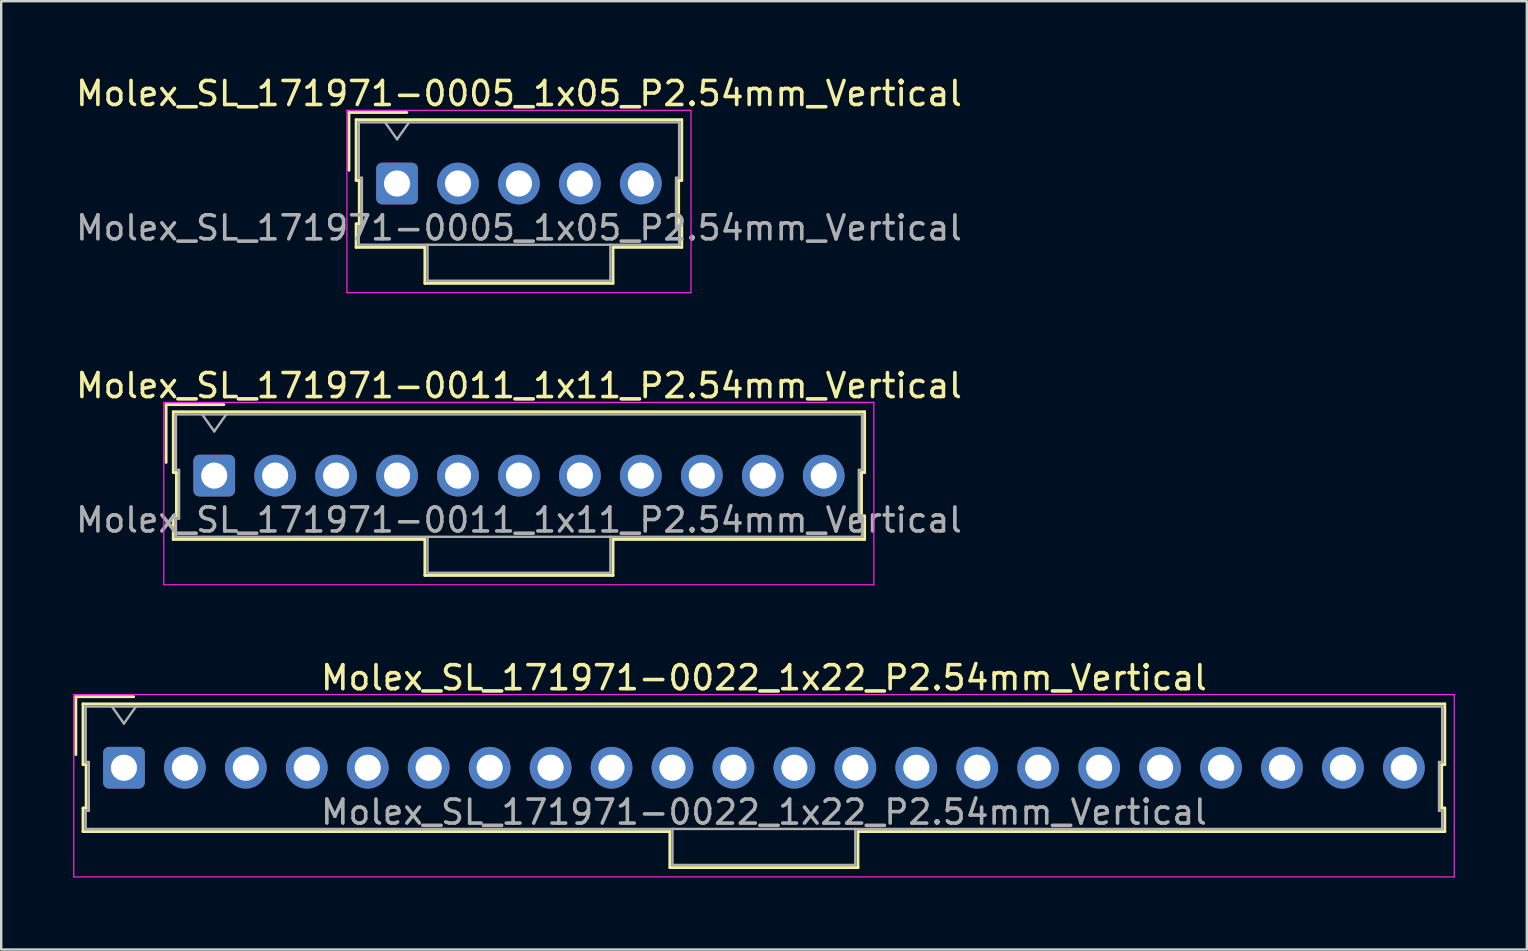
<source format=kicad_pcb>
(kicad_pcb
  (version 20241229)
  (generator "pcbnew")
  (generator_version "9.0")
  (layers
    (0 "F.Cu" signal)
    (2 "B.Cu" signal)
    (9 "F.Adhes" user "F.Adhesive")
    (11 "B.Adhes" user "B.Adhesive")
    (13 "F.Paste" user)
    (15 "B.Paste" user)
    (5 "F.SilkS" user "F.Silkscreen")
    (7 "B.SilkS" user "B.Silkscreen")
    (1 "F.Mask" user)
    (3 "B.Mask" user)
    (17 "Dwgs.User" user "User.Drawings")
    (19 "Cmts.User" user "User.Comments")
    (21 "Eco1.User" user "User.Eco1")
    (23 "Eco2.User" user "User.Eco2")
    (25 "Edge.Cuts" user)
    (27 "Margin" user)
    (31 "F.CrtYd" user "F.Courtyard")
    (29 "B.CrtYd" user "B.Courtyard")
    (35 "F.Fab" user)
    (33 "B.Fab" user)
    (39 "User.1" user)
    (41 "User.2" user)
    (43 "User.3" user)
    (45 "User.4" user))
  (footprint "Molex_SL_171971-0011_1x11_P2.54mm_Vertical"
    (layer "F.Cu")
    (at 5.877 16.771)
    (property "Reference" "Molex_SL_171971-0011_1x11_P2.54mm_Vertical" (at 12.7 -3.75 0) (layer "F.SilkS") (effects (font (size 1 1) (thickness 0.15))))
    (attr through_hole)
    (fp_line (start -2.005 -2.96) (end 0.405 -2.96) (stroke (width 0.12) (type solid)) (layer "F.SilkS"))
    (fp_line (start -2.005 -0.55) (end -2.005 -2.96) (stroke (width 0.12) (type solid)) (layer "F.SilkS"))
    (fp_line (start -1.705 -2.66) (end -1.705 -0.13) (stroke (width 0.12) (type solid)) (layer "F.SilkS"))
    (fp_line (start -1.705 -0.13) (end -1.575 -0.13) (stroke (width 0.12) (type solid)) (layer "F.SilkS"))
    (fp_line (start -1.705 1.68) (end -1.705 2.66) (stroke (width 0.12) (type solid)) (layer "F.SilkS"))
    (fp_line (start -1.705 2.66) (end 8.78 2.66) (stroke (width 0.12) (type solid)) (layer "F.SilkS"))
    (fp_line (start -1.575 -0.13) (end -1.575 1.68) (stroke (width 0.12) (type solid)) (layer "F.SilkS"))
    (fp_line (start -1.575 1.68) (end -1.705 1.68) (stroke (width 0.12) (type solid)) (layer "F.SilkS"))
    (fp_line (start 8.78 2.66) (end 8.78 4.16) (stroke (width 0.12) (type solid)) (layer "F.SilkS"))
    (fp_line (start 8.78 4.16) (end 16.62 4.16) (stroke (width 0.12) (type solid)) (layer "F.SilkS"))
    (fp_line (start 16.62 2.66) (end 27.105 2.66) (stroke (width 0.12) (type solid)) (layer "F.SilkS"))
    (fp_line (start 16.62 4.16) (end 16.62 2.66) (stroke (width 0.12) (type solid)) (layer "F.SilkS"))
    (fp_line (start 26.975 -0.13) (end 27.105 -0.13) (stroke (width 0.12) (type solid)) (layer "F.SilkS"))
    (fp_line (start 26.975 1.68) (end 26.975 -0.13) (stroke (width 0.12) (type solid)) (layer "F.SilkS"))
    (fp_line (start 27.105 -2.66) (end -1.705 -2.66) (stroke (width 0.12) (type solid)) (layer "F.SilkS"))
    (fp_line (start 27.105 -0.13) (end 27.105 -2.66) (stroke (width 0.12) (type solid)) (layer "F.SilkS"))
    (fp_line (start 27.105 1.68) (end 26.975 1.68) (stroke (width 0.12) (type solid)) (layer "F.SilkS"))
    (fp_line (start 27.105 2.66) (end 27.105 1.68) (stroke (width 0.12) (type solid)) (layer "F.SilkS"))
    (fp_line (start -2.1 -3.05) (end -2.1 4.55) (stroke (width 0.05) (type solid)) (layer "F.CrtYd"))
    (fp_line (start -2.1 4.55) (end 27.49 4.55) (stroke (width 0.05) (type solid)) (layer "F.CrtYd"))
    (fp_line (start 27.49 -3.05) (end -2.1 -3.05) (stroke (width 0.05) (type solid)) (layer "F.CrtYd"))
    (fp_line (start 27.49 4.55) (end 27.49 -3.05) (stroke (width 0.05) (type solid)) (layer "F.CrtYd"))
    (fp_line (start -1.595 -2.55) (end -1.595 -0.24) (stroke (width 0.1) (type solid)) (layer "F.Fab"))
    (fp_line (start -1.595 -0.24) (end -1.465 -0.24) (stroke (width 0.1) (type solid)) (layer "F.Fab"))
    (fp_line (start -1.595 1.79) (end -1.595 2.55) (stroke (width 0.1) (type solid)) (layer "F.Fab"))
    (fp_line (start -1.595 2.55) (end 26.995 2.55) (stroke (width 0.1) (type solid)) (layer "F.Fab"))
    (fp_line (start -1.465 -0.24) (end -1.465 1.79) (stroke (width 0.1) (type solid)) (layer "F.Fab"))
    (fp_line (start -1.465 1.79) (end -1.595 1.79) (stroke (width 0.1) (type solid)) (layer "F.Fab"))
    (fp_line (start 0 -1.843) (end -0.5 -2.55) (stroke (width 0.1) (type solid)) (layer "F.Fab"))
    (fp_line (start 0.5 -2.55) (end 0 -1.843) (stroke (width 0.1) (type solid)) (layer "F.Fab"))
    (fp_line (start 8.89 2.55) (end 8.89 4.05) (stroke (width 0.1) (type solid)) (layer "F.Fab"))
    (fp_line (start 8.89 4.05) (end 16.51 4.05) (stroke (width 0.1) (type solid)) (layer "F.Fab"))
    (fp_line (start 16.51 4.05) (end 16.51 2.55) (stroke (width 0.1) (type solid)) (layer "F.Fab"))
    (fp_line (start 26.865 -0.24) (end 26.995 -0.24) (stroke (width 0.1) (type solid)) (layer "F.Fab"))
    (fp_line (start 26.865 1.79) (end 26.865 -0.24) (stroke (width 0.1) (type solid)) (layer "F.Fab"))
    (fp_line (start 26.995 -2.55) (end -1.595 -2.55) (stroke (width 0.1) (type solid)) (layer "F.Fab"))
    (fp_line (start 26.995 -0.24) (end 26.995 -2.55) (stroke (width 0.1) (type solid)) (layer "F.Fab"))
    (fp_line (start 26.995 1.79) (end 26.865 1.79) (stroke (width 0.1) (type solid)) (layer "F.Fab"))
    (fp_line (start 26.995 2.55) (end 26.995 1.79) (stroke (width 0.1) (type solid)) (layer "F.Fab"))
    (fp_text user "${REFERENCE}" (at 12.7 1.85 0) (layer "F.Fab") (effects (font (size 1 1) (thickness 0.15))))
    (pad "1" thru_hole roundrect (at 0 0) (size 1.74 1.74) (drill 1.09) (layers "*.Cu" "*.Mask") (roundrect_rratio 0.144))
    (pad "2" thru_hole circle (at 2.54 0) (size 1.74 1.74) (drill 1.09) (layers "*.Cu" "*.Mask"))
    (pad "3" thru_hole circle (at 5.08 0) (size 1.74 1.74) (drill 1.09) (layers "*.Cu" "*.Mask"))
    (pad "4" thru_hole circle (at 7.62 0) (size 1.74 1.74) (drill 1.09) (layers "*.Cu" "*.Mask"))
    (pad "5" thru_hole circle (at 10.16 0) (size 1.74 1.74) (drill 1.09) (layers "*.Cu" "*.Mask"))
    (pad "6" thru_hole circle (at 12.7 0) (size 1.74 1.74) (drill 1.09) (layers "*.Cu" "*.Mask"))
    (pad "7" thru_hole circle (at 15.24 0) (size 1.74 1.74) (drill 1.09) (layers "*.Cu" "*.Mask"))
    (pad "8" thru_hole circle (at 17.78 0) (size 1.74 1.74) (drill 1.09) (layers "*.Cu" "*.Mask"))
    (pad "9" thru_hole circle (at 20.32 0) (size 1.74 1.74) (drill 1.09) (layers "*.Cu" "*.Mask"))
    (pad "10" thru_hole circle (at 22.86 0) (size 1.74 1.74) (drill 1.09) (layers "*.Cu" "*.Mask"))
    (pad "11" thru_hole circle (at 25.4 0) (size 1.74 1.74) (drill 1.09) (layers "*.Cu" "*.Mask")))
  (footprint "Molex_SL_171971-0005_1x05_P2.54mm_Vertical"
    (layer "F.Cu")
    (at 13.497 4.598)
    (property "Reference" "Molex_SL_171971-0005_1x05_P2.54mm_Vertical" (at 5.08 -3.75 0) (layer "F.SilkS") (effects (font (size 1 1) (thickness 0.15))))
    (attr through_hole)
    (fp_line (start -2.005 -2.96) (end 0.405 -2.96) (stroke (width 0.12) (type solid)) (layer "F.SilkS"))
    (fp_line (start -2.005 -0.55) (end -2.005 -2.96) (stroke (width 0.12) (type solid)) (layer "F.SilkS"))
    (fp_line (start -1.705 -2.66) (end -1.705 -0.13) (stroke (width 0.12) (type solid)) (layer "F.SilkS"))
    (fp_line (start -1.705 -0.13) (end -1.575 -0.13) (stroke (width 0.12) (type solid)) (layer "F.SilkS"))
    (fp_line (start -1.705 1.68) (end -1.705 2.66) (stroke (width 0.12) (type solid)) (layer "F.SilkS"))
    (fp_line (start -1.705 2.66) (end 1.16 2.66) (stroke (width 0.12) (type solid)) (layer "F.SilkS"))
    (fp_line (start -1.575 -0.13) (end -1.575 1.68) (stroke (width 0.12) (type solid)) (layer "F.SilkS"))
    (fp_line (start -1.575 1.68) (end -1.705 1.68) (stroke (width 0.12) (type solid)) (layer "F.SilkS"))
    (fp_line (start 1.16 2.66) (end 1.16 4.16) (stroke (width 0.12) (type solid)) (layer "F.SilkS"))
    (fp_line (start 1.16 4.16) (end 9 4.16) (stroke (width 0.12) (type solid)) (layer "F.SilkS"))
    (fp_line (start 9 2.66) (end 11.865 2.66) (stroke (width 0.12) (type solid)) (layer "F.SilkS"))
    (fp_line (start 9 4.16) (end 9 2.66) (stroke (width 0.12) (type solid)) (layer "F.SilkS"))
    (fp_line (start 11.735 -0.13) (end 11.865 -0.13) (stroke (width 0.12) (type solid)) (layer "F.SilkS"))
    (fp_line (start 11.735 1.68) (end 11.735 -0.13) (stroke (width 0.12) (type solid)) (layer "F.SilkS"))
    (fp_line (start 11.865 -2.66) (end -1.705 -2.66) (stroke (width 0.12) (type solid)) (layer "F.SilkS"))
    (fp_line (start 11.865 -0.13) (end 11.865 -2.66) (stroke (width 0.12) (type solid)) (layer "F.SilkS"))
    (fp_line (start 11.865 1.68) (end 11.735 1.68) (stroke (width 0.12) (type solid)) (layer "F.SilkS"))
    (fp_line (start 11.865 2.66) (end 11.865 1.68) (stroke (width 0.12) (type solid)) (layer "F.SilkS"))
    (fp_line (start -2.09 -3.05) (end -2.09 4.55) (stroke (width 0.05) (type solid)) (layer "F.CrtYd"))
    (fp_line (start -2.09 4.55) (end 12.25 4.55) (stroke (width 0.05) (type solid)) (layer "F.CrtYd"))
    (fp_line (start 12.25 -3.05) (end -2.09 -3.05) (stroke (width 0.05) (type solid)) (layer "F.CrtYd"))
    (fp_line (start 12.25 4.55) (end 12.25 -3.05) (stroke (width 0.05) (type solid)) (layer "F.CrtYd"))
    (fp_line (start -1.595 -2.55) (end -1.595 -0.24) (stroke (width 0.1) (type solid)) (layer "F.Fab"))
    (fp_line (start -1.595 -0.24) (end -1.465 -0.24) (stroke (width 0.1) (type solid)) (layer "F.Fab"))
    (fp_line (start -1.595 1.79) (end -1.595 2.55) (stroke (width 0.1) (type solid)) (layer "F.Fab"))
    (fp_line (start -1.595 2.55) (end 11.755 2.55) (stroke (width 0.1) (type solid)) (layer "F.Fab"))
    (fp_line (start -1.465 -0.24) (end -1.465 1.79) (stroke (width 0.1) (type solid)) (layer "F.Fab"))
    (fp_line (start -1.465 1.79) (end -1.595 1.79) (stroke (width 0.1) (type solid)) (layer "F.Fab"))
    (fp_line (start 0 -1.843) (end -0.5 -2.55) (stroke (width 0.1) (type solid)) (layer "F.Fab"))
    (fp_line (start 0.5 -2.55) (end 0 -1.843) (stroke (width 0.1) (type solid)) (layer "F.Fab"))
    (fp_line (start 1.27 2.55) (end 1.27 4.05) (stroke (width 0.1) (type solid)) (layer "F.Fab"))
    (fp_line (start 1.27 4.05) (end 8.89 4.05) (stroke (width 0.1) (type solid)) (layer "F.Fab"))
    (fp_line (start 8.89 4.05) (end 8.89 2.55) (stroke (width 0.1) (type solid)) (layer "F.Fab"))
    (fp_line (start 11.625 -0.24) (end 11.755 -0.24) (stroke (width 0.1) (type solid)) (layer "F.Fab"))
    (fp_line (start 11.625 1.79) (end 11.625 -0.24) (stroke (width 0.1) (type solid)) (layer "F.Fab"))
    (fp_line (start 11.755 -2.55) (end -1.595 -2.55) (stroke (width 0.1) (type solid)) (layer "F.Fab"))
    (fp_line (start 11.755 -0.24) (end 11.755 -2.55) (stroke (width 0.1) (type solid)) (layer "F.Fab"))
    (fp_line (start 11.755 1.79) (end 11.625 1.79) (stroke (width 0.1) (type solid)) (layer "F.Fab"))
    (fp_line (start 11.755 2.55) (end 11.755 1.79) (stroke (width 0.1) (type solid)) (layer "F.Fab"))
    (fp_text user "${REFERENCE}" (at 5.08 1.85 0) (layer "F.Fab") (effects (font (size 1 1) (thickness 0.15))))
    (pad "1" thru_hole roundrect (at 0 0) (size 1.74 1.74) (drill 1.09) (layers "*.Cu" "*.Mask") (roundrect_rratio 0.144))
    (pad "2" thru_hole circle (at 2.54 0) (size 1.74 1.74) (drill 1.09) (layers "*.Cu" "*.Mask"))
    (pad "3" thru_hole circle (at 5.08 0) (size 1.74 1.74) (drill 1.09) (layers "*.Cu" "*.Mask"))
    (pad "4" thru_hole circle (at 7.62 0) (size 1.74 1.74) (drill 1.09) (layers "*.Cu" "*.Mask"))
    (pad "5" thru_hole circle (at 10.16 0) (size 1.74 1.74) (drill 1.09) (layers "*.Cu" "*.Mask")))
  (footprint "Molex_SL_171971-0022_1x22_P2.54mm_Vertical"
    (layer "F.Cu")
    (at 2.115 28.945)
    (property "Reference" "Molex_SL_171971-0022_1x22_P2.54mm_Vertical" (at 26.67 -3.75 0) (layer "F.SilkS") (effects (font (size 1 1) (thickness 0.15))))
    (attr through_hole)
    (fp_line (start -2.005 -2.96) (end 0.405 -2.96) (stroke (width 0.12) (type solid)) (layer "F.SilkS"))
    (fp_line (start -2.005 -0.55) (end -2.005 -2.96) (stroke (width 0.12) (type solid)) (layer "F.SilkS"))
    (fp_line (start -1.705 -2.66) (end -1.705 -0.13) (stroke (width 0.12) (type solid)) (layer "F.SilkS"))
    (fp_line (start -1.705 -0.13) (end -1.575 -0.13) (stroke (width 0.12) (type solid)) (layer "F.SilkS"))
    (fp_line (start -1.705 1.68) (end -1.705 2.66) (stroke (width 0.12) (type solid)) (layer "F.SilkS"))
    (fp_line (start -1.705 2.66) (end 22.75 2.66) (stroke (width 0.12) (type solid)) (layer "F.SilkS"))
    (fp_line (start -1.575 -0.13) (end -1.575 1.68) (stroke (width 0.12) (type solid)) (layer "F.SilkS"))
    (fp_line (start -1.575 1.68) (end -1.705 1.68) (stroke (width 0.12) (type solid)) (layer "F.SilkS"))
    (fp_line (start 22.75 2.66) (end 22.75 4.16) (stroke (width 0.12) (type solid)) (layer "F.SilkS"))
    (fp_line (start 22.75 4.16) (end 30.59 4.16) (stroke (width 0.12) (type solid)) (layer "F.SilkS"))
    (fp_line (start 30.59 2.66) (end 55.045 2.66) (stroke (width 0.12) (type solid)) (layer "F.SilkS"))
    (fp_line (start 30.59 4.16) (end 30.59 2.66) (stroke (width 0.12) (type solid)) (layer "F.SilkS"))
    (fp_line (start 54.915 -0.13) (end 55.045 -0.13) (stroke (width 0.12) (type solid)) (layer "F.SilkS"))
    (fp_line (start 54.915 1.68) (end 54.915 -0.13) (stroke (width 0.12) (type solid)) (layer "F.SilkS"))
    (fp_line (start 55.045 -2.66) (end -1.705 -2.66) (stroke (width 0.12) (type solid)) (layer "F.SilkS"))
    (fp_line (start 55.045 -0.13) (end 55.045 -2.66) (stroke (width 0.12) (type solid)) (layer "F.SilkS"))
    (fp_line (start 55.045 1.68) (end 54.915 1.68) (stroke (width 0.12) (type solid)) (layer "F.SilkS"))
    (fp_line (start 55.045 2.66) (end 55.045 1.68) (stroke (width 0.12) (type solid)) (layer "F.SilkS"))
    (fp_line (start -2.09 -3.05) (end -2.09 4.55) (stroke (width 0.05) (type solid)) (layer "F.CrtYd"))
    (fp_line (start -2.09 4.55) (end 55.44 4.55) (stroke (width 0.05) (type solid)) (layer "F.CrtYd"))
    (fp_line (start 55.44 -3.05) (end -2.09 -3.05) (stroke (width 0.05) (type solid)) (layer "F.CrtYd"))
    (fp_line (start 55.44 4.55) (end 55.44 -3.05) (stroke (width 0.05) (type solid)) (layer "F.CrtYd"))
    (fp_line (start -1.595 -2.55) (end -1.595 -0.24) (stroke (width 0.1) (type solid)) (layer "F.Fab"))
    (fp_line (start -1.595 -0.24) (end -1.465 -0.24) (stroke (width 0.1) (type solid)) (layer "F.Fab"))
    (fp_line (start -1.595 1.79) (end -1.595 2.55) (stroke (width 0.1) (type solid)) (layer "F.Fab"))
    (fp_line (start -1.595 2.55) (end 54.935 2.55) (stroke (width 0.1) (type solid)) (layer "F.Fab"))
    (fp_line (start -1.465 -0.24) (end -1.465 1.79) (stroke (width 0.1) (type solid)) (layer "F.Fab"))
    (fp_line (start -1.465 1.79) (end -1.595 1.79) (stroke (width 0.1) (type solid)) (layer "F.Fab"))
    (fp_line (start 0 -1.843) (end -0.5 -2.55) (stroke (width 0.1) (type solid)) (layer "F.Fab"))
    (fp_line (start 0.5 -2.55) (end 0 -1.843) (stroke (width 0.1) (type solid)) (layer "F.Fab"))
    (fp_line (start 22.86 2.55) (end 22.86 4.05) (stroke (width 0.1) (type solid)) (layer "F.Fab"))
    (fp_line (start 22.86 4.05) (end 30.48 4.05) (stroke (width 0.1) (type solid)) (layer "F.Fab"))
    (fp_line (start 30.48 4.05) (end 30.48 2.55) (stroke (width 0.1) (type solid)) (layer "F.Fab"))
    (fp_line (start 54.805 -0.24) (end 54.935 -0.24) (stroke (width 0.1) (type solid)) (layer "F.Fab"))
    (fp_line (start 54.805 1.79) (end 54.805 -0.24) (stroke (width 0.1) (type solid)) (layer "F.Fab"))
    (fp_line (start 54.935 -2.55) (end -1.595 -2.55) (stroke (width 0.1) (type solid)) (layer "F.Fab"))
    (fp_line (start 54.935 -0.24) (end 54.935 -2.55) (stroke (width 0.1) (type solid)) (layer "F.Fab"))
    (fp_line (start 54.935 1.79) (end 54.805 1.79) (stroke (width 0.1) (type solid)) (layer "F.Fab"))
    (fp_line (start 54.935 2.55) (end 54.935 1.79) (stroke (width 0.1) (type solid)) (layer "F.Fab"))
    (fp_text user "${REFERENCE}" (at 26.67 1.85 0) (layer "F.Fab") (effects (font (size 1 1) (thickness 0.15))))
    (pad "1" thru_hole roundrect (at 0 0) (size 1.74 1.74) (drill 1.09) (layers "*.Cu" "*.Mask") (roundrect_rratio 0.144))
    (pad "2" thru_hole circle (at 2.54 0) (size 1.74 1.74) (drill 1.09) (layers "*.Cu" "*.Mask"))
    (pad "3" thru_hole circle (at 5.08 0) (size 1.74 1.74) (drill 1.09) (layers "*.Cu" "*.Mask"))
    (pad "4" thru_hole circle (at 7.62 0) (size 1.74 1.74) (drill 1.09) (layers "*.Cu" "*.Mask"))
    (pad "5" thru_hole circle (at 10.16 0) (size 1.74 1.74) (drill 1.09) (layers "*.Cu" "*.Mask"))
    (pad "6" thru_hole circle (at 12.7 0) (size 1.74 1.74) (drill 1.09) (layers "*.Cu" "*.Mask"))
    (pad "7" thru_hole circle (at 15.24 0) (size 1.74 1.74) (drill 1.09) (layers "*.Cu" "*.Mask"))
    (pad "8" thru_hole circle (at 17.78 0) (size 1.74 1.74) (drill 1.09) (layers "*.Cu" "*.Mask"))
    (pad "9" thru_hole circle (at 20.32 0) (size 1.74 1.74) (drill 1.09) (layers "*.Cu" "*.Mask"))
    (pad "10" thru_hole circle (at 22.86 0) (size 1.74 1.74) (drill 1.09) (layers "*.Cu" "*.Mask"))
    (pad "11" thru_hole circle (at 25.4 0) (size 1.74 1.74) (drill 1.09) (layers "*.Cu" "*.Mask"))
    (pad "12" thru_hole circle (at 27.94 0) (size 1.74 1.74) (drill 1.09) (layers "*.Cu" "*.Mask"))
    (pad "13" thru_hole circle (at 30.48 0) (size 1.74 1.74) (drill 1.09) (layers "*.Cu" "*.Mask"))
    (pad "14" thru_hole circle (at 33.02 0) (size 1.74 1.74) (drill 1.09) (layers "*.Cu" "*.Mask"))
    (pad "15" thru_hole circle (at 35.56 0) (size 1.74 1.74) (drill 1.09) (layers "*.Cu" "*.Mask"))
    (pad "16" thru_hole circle (at 38.1 0) (size 1.74 1.74) (drill 1.09) (layers "*.Cu" "*.Mask"))
    (pad "17" thru_hole circle (at 40.64 0) (size 1.74 1.74) (drill 1.09) (layers "*.Cu" "*.Mask"))
    (pad "18" thru_hole circle (at 43.18 0) (size 1.74 1.74) (drill 1.09) (layers "*.Cu" "*.Mask"))
    (pad "19" thru_hole circle (at 45.72 0) (size 1.74 1.74) (drill 1.09) (layers "*.Cu" "*.Mask"))
    (pad "20" thru_hole circle (at 48.26 0) (size 1.74 1.74) (drill 1.09) (layers "*.Cu" "*.Mask"))
    (pad "21" thru_hole circle (at 50.8 0) (size 1.74 1.74) (drill 1.09) (layers "*.Cu" "*.Mask"))
    (pad "22" thru_hole circle (at 53.34 0) (size 1.74 1.74) (drill 1.09) (layers "*.Cu" "*.Mask")))
  (gr_rect
    (start -3 -3)
    (end 60.58 36.52)
    (stroke (width 0.1) (type default))
    (fill no)
    (layer "Edge.Cuts")))
</source>
